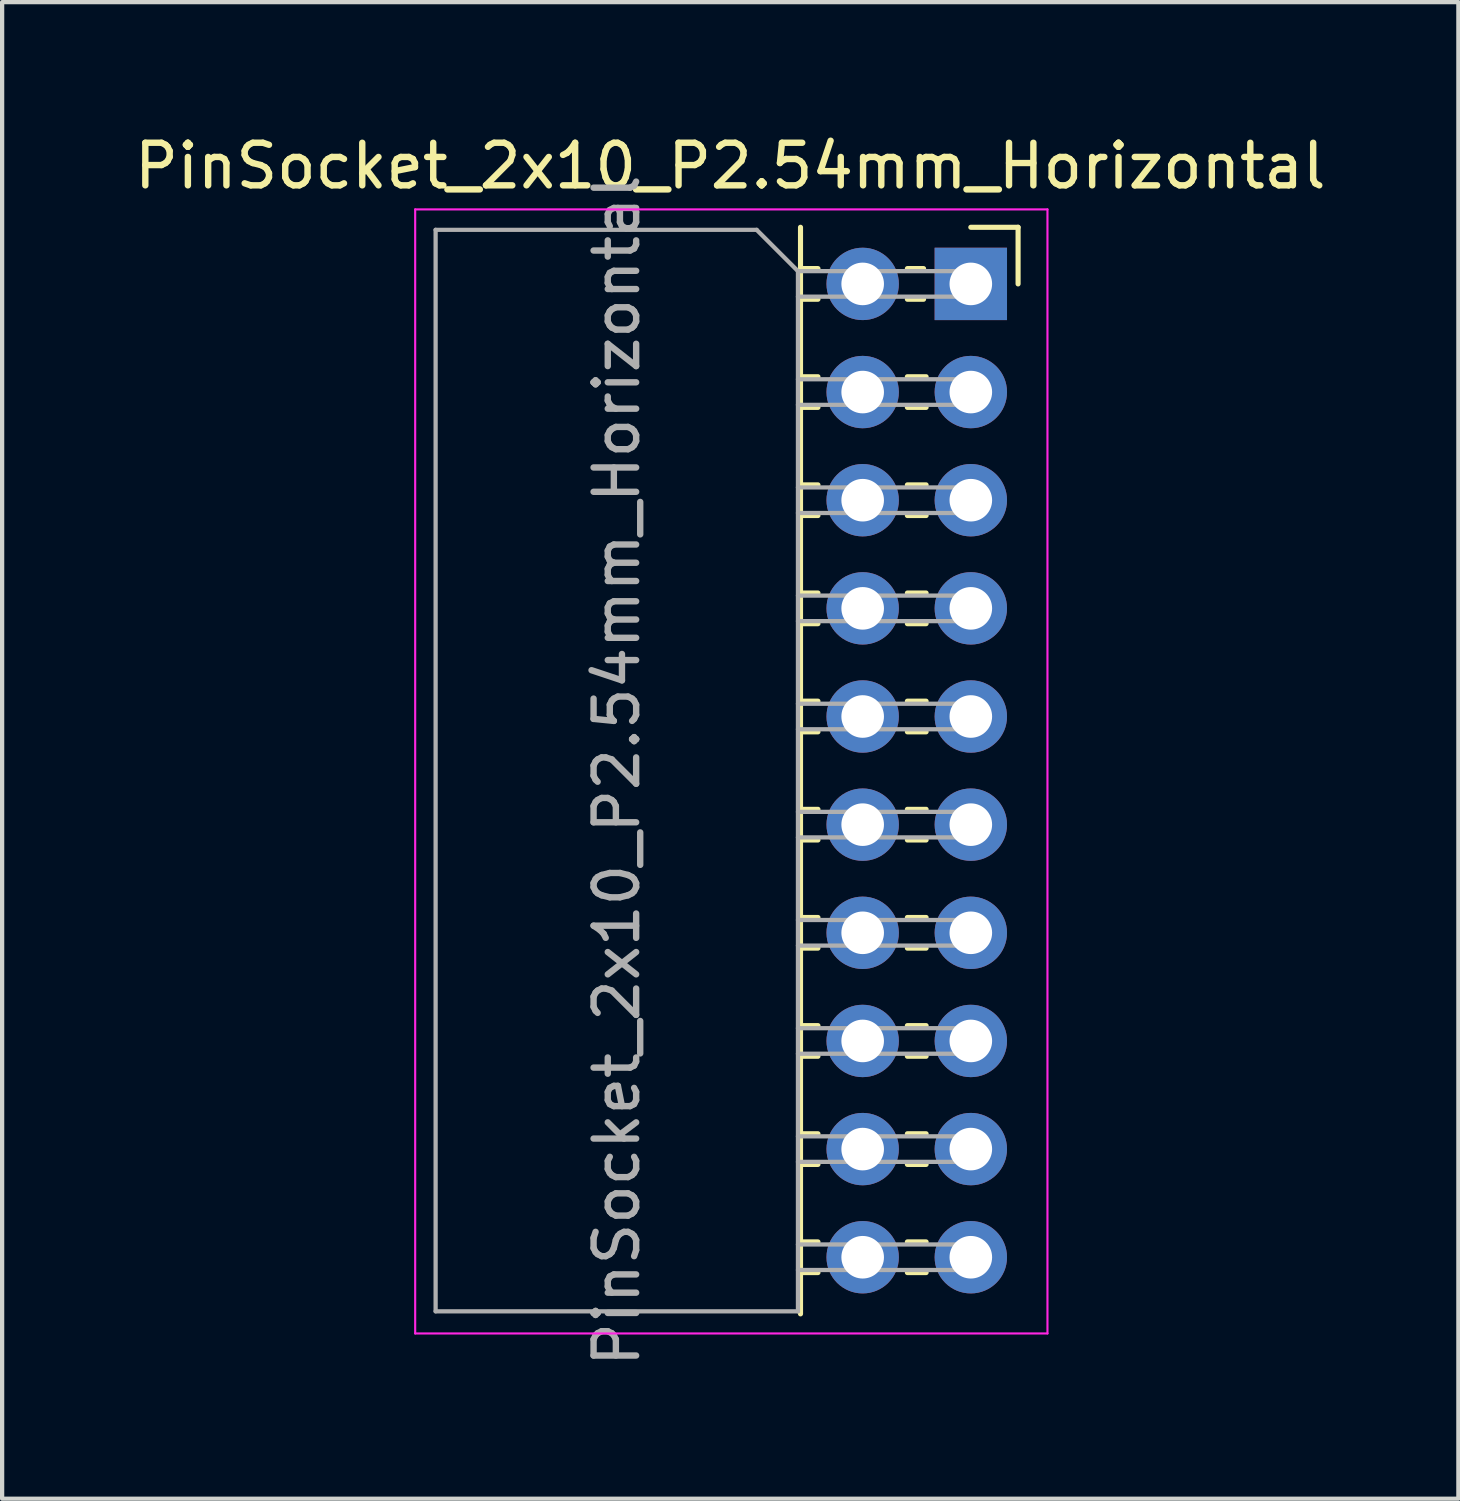
<source format=kicad_pcb>
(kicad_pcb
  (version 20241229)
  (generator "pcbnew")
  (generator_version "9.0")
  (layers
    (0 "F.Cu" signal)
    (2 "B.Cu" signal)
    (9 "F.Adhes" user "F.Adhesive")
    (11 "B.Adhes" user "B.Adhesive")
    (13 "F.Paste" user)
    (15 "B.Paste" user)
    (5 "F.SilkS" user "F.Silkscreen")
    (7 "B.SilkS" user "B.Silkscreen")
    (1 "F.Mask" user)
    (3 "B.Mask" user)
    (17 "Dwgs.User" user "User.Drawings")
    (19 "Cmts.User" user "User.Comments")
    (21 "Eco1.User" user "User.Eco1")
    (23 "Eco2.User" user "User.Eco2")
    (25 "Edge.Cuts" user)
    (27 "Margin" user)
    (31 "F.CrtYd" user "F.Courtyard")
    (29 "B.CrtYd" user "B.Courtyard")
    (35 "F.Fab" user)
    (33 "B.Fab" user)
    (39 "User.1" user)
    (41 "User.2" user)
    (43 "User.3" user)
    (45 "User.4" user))
  (footprint "PinSocket_2x10_P2.54mm_Horizontal"
    (layer "F.Cu")
    (at 19.751 3.618)
    (property "Reference" "PinSocket_2x10_P2.54mm_Horizontal" (at -5.65 -2.77 0) (layer "F.SilkS") (effects (font (size 1 1) (thickness 0.15))))
    (attr through_hole)
    (fp_line (start -4 -1.33) (end -4 24.19) (stroke (width 0.12) (type solid)) (layer "F.SilkS"))
    (fp_line (start -4 -0.36) (end -3.59 -0.36) (stroke (width 0.12) (type solid)) (layer "F.SilkS"))
    (fp_line (start -4 0.36) (end -3.59 0.36) (stroke (width 0.12) (type solid)) (layer "F.SilkS"))
    (fp_line (start -4 2.18) (end -3.59 2.18) (stroke (width 0.12) (type solid)) (layer "F.SilkS"))
    (fp_line (start -4 2.9) (end -3.59 2.9) (stroke (width 0.12) (type solid)) (layer "F.SilkS"))
    (fp_line (start -4 4.72) (end -3.59 4.72) (stroke (width 0.12) (type solid)) (layer "F.SilkS"))
    (fp_line (start -4 5.44) (end -3.59 5.44) (stroke (width 0.12) (type solid)) (layer "F.SilkS"))
    (fp_line (start -4 7.26) (end -3.59 7.26) (stroke (width 0.12) (type solid)) (layer "F.SilkS"))
    (fp_line (start -4 7.98) (end -3.59 7.98) (stroke (width 0.12) (type solid)) (layer "F.SilkS"))
    (fp_line (start -4 9.8) (end -3.59 9.8) (stroke (width 0.12) (type solid)) (layer "F.SilkS"))
    (fp_line (start -4 10.52) (end -3.59 10.52) (stroke (width 0.12) (type solid)) (layer "F.SilkS"))
    (fp_line (start -4 12.34) (end -3.59 12.34) (stroke (width 0.12) (type solid)) (layer "F.SilkS"))
    (fp_line (start -4 13.06) (end -3.59 13.06) (stroke (width 0.12) (type solid)) (layer "F.SilkS"))
    (fp_line (start -4 14.88) (end -3.59 14.88) (stroke (width 0.12) (type solid)) (layer "F.SilkS"))
    (fp_line (start -4 15.6) (end -3.59 15.6) (stroke (width 0.12) (type solid)) (layer "F.SilkS"))
    (fp_line (start -4 17.42) (end -3.59 17.42) (stroke (width 0.12) (type solid)) (layer "F.SilkS"))
    (fp_line (start -4 18.14) (end -3.59 18.14) (stroke (width 0.12) (type solid)) (layer "F.SilkS"))
    (fp_line (start -4 19.96) (end -3.59 19.96) (stroke (width 0.12) (type solid)) (layer "F.SilkS"))
    (fp_line (start -4 20.68) (end -3.59 20.68) (stroke (width 0.12) (type solid)) (layer "F.SilkS"))
    (fp_line (start -4 22.5) (end -3.59 22.5) (stroke (width 0.12) (type solid)) (layer "F.SilkS"))
    (fp_line (start -4 23.22) (end -3.59 23.22) (stroke (width 0.12) (type solid)) (layer "F.SilkS"))
    (fp_line (start -1.49 -0.36) (end -1.11 -0.36) (stroke (width 0.12) (type solid)) (layer "F.SilkS"))
    (fp_line (start -1.49 0.36) (end -1.11 0.36) (stroke (width 0.12) (type solid)) (layer "F.SilkS"))
    (fp_line (start -1.49 2.18) (end -1.05 2.18) (stroke (width 0.12) (type solid)) (layer "F.SilkS"))
    (fp_line (start -1.49 2.9) (end -1.05 2.9) (stroke (width 0.12) (type solid)) (layer "F.SilkS"))
    (fp_line (start -1.49 4.72) (end -1.05 4.72) (stroke (width 0.12) (type solid)) (layer "F.SilkS"))
    (fp_line (start -1.49 5.44) (end -1.05 5.44) (stroke (width 0.12) (type solid)) (layer "F.SilkS"))
    (fp_line (start -1.49 7.26) (end -1.05 7.26) (stroke (width 0.12) (type solid)) (layer "F.SilkS"))
    (fp_line (start -1.49 7.98) (end -1.05 7.98) (stroke (width 0.12) (type solid)) (layer "F.SilkS"))
    (fp_line (start -1.49 9.8) (end -1.05 9.8) (stroke (width 0.12) (type solid)) (layer "F.SilkS"))
    (fp_line (start -1.49 10.52) (end -1.05 10.52) (stroke (width 0.12) (type solid)) (layer "F.SilkS"))
    (fp_line (start -1.49 12.34) (end -1.05 12.34) (stroke (width 0.12) (type solid)) (layer "F.SilkS"))
    (fp_line (start -1.49 13.06) (end -1.05 13.06) (stroke (width 0.12) (type solid)) (layer "F.SilkS"))
    (fp_line (start -1.49 14.88) (end -1.05 14.88) (stroke (width 0.12) (type solid)) (layer "F.SilkS"))
    (fp_line (start -1.49 15.6) (end -1.05 15.6) (stroke (width 0.12) (type solid)) (layer "F.SilkS"))
    (fp_line (start -1.49 17.42) (end -1.05 17.42) (stroke (width 0.12) (type solid)) (layer "F.SilkS"))
    (fp_line (start -1.49 18.14) (end -1.05 18.14) (stroke (width 0.12) (type solid)) (layer "F.SilkS"))
    (fp_line (start -1.49 19.96) (end -1.05 19.96) (stroke (width 0.12) (type solid)) (layer "F.SilkS"))
    (fp_line (start -1.49 20.68) (end -1.05 20.68) (stroke (width 0.12) (type solid)) (layer "F.SilkS"))
    (fp_line (start -1.49 22.5) (end -1.05 22.5) (stroke (width 0.12) (type solid)) (layer "F.SilkS"))
    (fp_line (start -1.49 23.22) (end -1.05 23.22) (stroke (width 0.12) (type solid)) (layer "F.SilkS"))
    (fp_line (start 0 -1.33) (end 1.11 -1.33) (stroke (width 0.12) (type solid)) (layer "F.SilkS"))
    (fp_line (start 1.11 -1.33) (end 1.11 0) (stroke (width 0.12) (type solid)) (layer "F.SilkS"))
    (fp_line (start -13.05 -1.75) (end -13.05 24.65) (stroke (width 0.05) (type solid)) (layer "F.CrtYd"))
    (fp_line (start -13.05 24.65) (end 1.8 24.65) (stroke (width 0.05) (type solid)) (layer "F.CrtYd"))
    (fp_line (start 1.8 -1.75) (end -13.05 -1.75) (stroke (width 0.05) (type solid)) (layer "F.CrtYd"))
    (fp_line (start 1.8 24.65) (end 1.8 -1.75) (stroke (width 0.05) (type solid)) (layer "F.CrtYd"))
    (fp_line (start -12.57 -1.27) (end -5.03 -1.27) (stroke (width 0.1) (type solid)) (layer "F.Fab"))
    (fp_line (start -12.57 24.13) (end -12.57 -1.27) (stroke (width 0.1) (type solid)) (layer "F.Fab"))
    (fp_line (start -5.03 -1.27) (end -4.06 -0.3) (stroke (width 0.1) (type solid)) (layer "F.Fab"))
    (fp_line (start -4.06 -0.3) (end -4.06 24.13) (stroke (width 0.1) (type solid)) (layer "F.Fab"))
    (fp_line (start -4.06 0.3) (end 0 0.3) (stroke (width 0.1) (type solid)) (layer "F.Fab"))
    (fp_line (start -4.06 2.84) (end 0 2.84) (stroke (width 0.1) (type solid)) (layer "F.Fab"))
    (fp_line (start -4.06 5.38) (end 0 5.38) (stroke (width 0.1) (type solid)) (layer "F.Fab"))
    (fp_line (start -4.06 7.92) (end 0 7.92) (stroke (width 0.1) (type solid)) (layer "F.Fab"))
    (fp_line (start -4.06 10.46) (end 0 10.46) (stroke (width 0.1) (type solid)) (layer "F.Fab"))
    (fp_line (start -4.06 13) (end 0 13) (stroke (width 0.1) (type solid)) (layer "F.Fab"))
    (fp_line (start -4.06 15.54) (end 0 15.54) (stroke (width 0.1) (type solid)) (layer "F.Fab"))
    (fp_line (start -4.06 18.08) (end 0 18.08) (stroke (width 0.1) (type solid)) (layer "F.Fab"))
    (fp_line (start -4.06 20.62) (end 0 20.62) (stroke (width 0.1) (type solid)) (layer "F.Fab"))
    (fp_line (start -4.06 23.16) (end 0 23.16) (stroke (width 0.1) (type solid)) (layer "F.Fab"))
    (fp_line (start -4.06 24.13) (end -12.57 24.13) (stroke (width 0.1) (type solid)) (layer "F.Fab"))
    (fp_line (start 0 -0.3) (end -4.06 -0.3) (stroke (width 0.1) (type solid)) (layer "F.Fab"))
    (fp_line (start 0 0.3) (end 0 -0.3) (stroke (width 0.1) (type solid)) (layer "F.Fab"))
    (fp_line (start 0 2.24) (end -4.06 2.24) (stroke (width 0.1) (type solid)) (layer "F.Fab"))
    (fp_line (start 0 2.84) (end 0 2.24) (stroke (width 0.1) (type solid)) (layer "F.Fab"))
    (fp_line (start 0 4.78) (end -4.06 4.78) (stroke (width 0.1) (type solid)) (layer "F.Fab"))
    (fp_line (start 0 5.38) (end 0 4.78) (stroke (width 0.1) (type solid)) (layer "F.Fab"))
    (fp_line (start 0 7.32) (end -4.06 7.32) (stroke (width 0.1) (type solid)) (layer "F.Fab"))
    (fp_line (start 0 7.92) (end 0 7.32) (stroke (width 0.1) (type solid)) (layer "F.Fab"))
    (fp_line (start 0 9.86) (end -4.06 9.86) (stroke (width 0.1) (type solid)) (layer "F.Fab"))
    (fp_line (start 0 10.46) (end 0 9.86) (stroke (width 0.1) (type solid)) (layer "F.Fab"))
    (fp_line (start 0 12.4) (end -4.06 12.4) (stroke (width 0.1) (type solid)) (layer "F.Fab"))
    (fp_line (start 0 13) (end 0 12.4) (stroke (width 0.1) (type solid)) (layer "F.Fab"))
    (fp_line (start 0 14.94) (end -4.06 14.94) (stroke (width 0.1) (type solid)) (layer "F.Fab"))
    (fp_line (start 0 15.54) (end 0 14.94) (stroke (width 0.1) (type solid)) (layer "F.Fab"))
    (fp_line (start 0 17.48) (end -4.06 17.48) (stroke (width 0.1) (type solid)) (layer "F.Fab"))
    (fp_line (start 0 18.08) (end 0 17.48) (stroke (width 0.1) (type solid)) (layer "F.Fab"))
    (fp_line (start 0 20.02) (end -4.06 20.02) (stroke (width 0.1) (type solid)) (layer "F.Fab"))
    (fp_line (start 0 20.62) (end 0 20.02) (stroke (width 0.1) (type solid)) (layer "F.Fab"))
    (fp_line (start 0 22.56) (end -4.06 22.56) (stroke (width 0.1) (type solid)) (layer "F.Fab"))
    (fp_line (start 0 23.16) (end 0 22.56) (stroke (width 0.1) (type solid)) (layer "F.Fab"))
    (fp_text user "${REFERENCE}" (at -8.315 11.43 90) (layer "F.Fab") (effects (font (size 1 1) (thickness 0.15))))
    (pad "1" thru_hole rect (at 0 0) (size 1.7 1.7) (drill 1) (layers "*.Cu" "*.Mask"))
    (pad "2" thru_hole oval (at -2.54 0) (size 1.7 1.7) (drill 1) (layers "*.Cu" "*.Mask"))
    (pad "3" thru_hole oval (at 0 2.54) (size 1.7 1.7) (drill 1) (layers "*.Cu" "*.Mask"))
    (pad "4" thru_hole oval (at -2.54 2.54) (size 1.7 1.7) (drill 1) (layers "*.Cu" "*.Mask"))
    (pad "5" thru_hole oval (at 0 5.08) (size 1.7 1.7) (drill 1) (layers "*.Cu" "*.Mask"))
    (pad "6" thru_hole oval (at -2.54 5.08) (size 1.7 1.7) (drill 1) (layers "*.Cu" "*.Mask"))
    (pad "7" thru_hole oval (at 0 7.62) (size 1.7 1.7) (drill 1) (layers "*.Cu" "*.Mask"))
    (pad "8" thru_hole oval (at -2.54 7.62) (size 1.7 1.7) (drill 1) (layers "*.Cu" "*.Mask"))
    (pad "9" thru_hole oval (at 0 10.16) (size 1.7 1.7) (drill 1) (layers "*.Cu" "*.Mask"))
    (pad "10" thru_hole oval (at -2.54 10.16) (size 1.7 1.7) (drill 1) (layers "*.Cu" "*.Mask"))
    (pad "11" thru_hole oval (at 0 12.7) (size 1.7 1.7) (drill 1) (layers "*.Cu" "*.Mask"))
    (pad "12" thru_hole oval (at -2.54 12.7) (size 1.7 1.7) (drill 1) (layers "*.Cu" "*.Mask"))
    (pad "13" thru_hole oval (at 0 15.24) (size 1.7 1.7) (drill 1) (layers "*.Cu" "*.Mask"))
    (pad "14" thru_hole oval (at -2.54 15.24) (size 1.7 1.7) (drill 1) (layers "*.Cu" "*.Mask"))
    (pad "15" thru_hole oval (at 0 17.78) (size 1.7 1.7) (drill 1) (layers "*.Cu" "*.Mask"))
    (pad "16" thru_hole oval (at -2.54 17.78) (size 1.7 1.7) (drill 1) (layers "*.Cu" "*.Mask"))
    (pad "17" thru_hole oval (at 0 20.32) (size 1.7 1.7) (drill 1) (layers "*.Cu" "*.Mask"))
    (pad "18" thru_hole oval (at -2.54 20.32) (size 1.7 1.7) (drill 1) (layers "*.Cu" "*.Mask"))
    (pad "19" thru_hole oval (at 0 22.86) (size 1.7 1.7) (drill 1) (layers "*.Cu" "*.Mask"))
    (pad "20" thru_hole oval (at -2.54 22.86) (size 1.7 1.7) (drill 1) (layers "*.Cu" "*.Mask")))
  (gr_rect
    (start -3 -3)
    (end 31.202 32.149)
    (stroke (width 0.1) (type default))
    (fill no)
    (layer "Edge.Cuts")))
</source>
